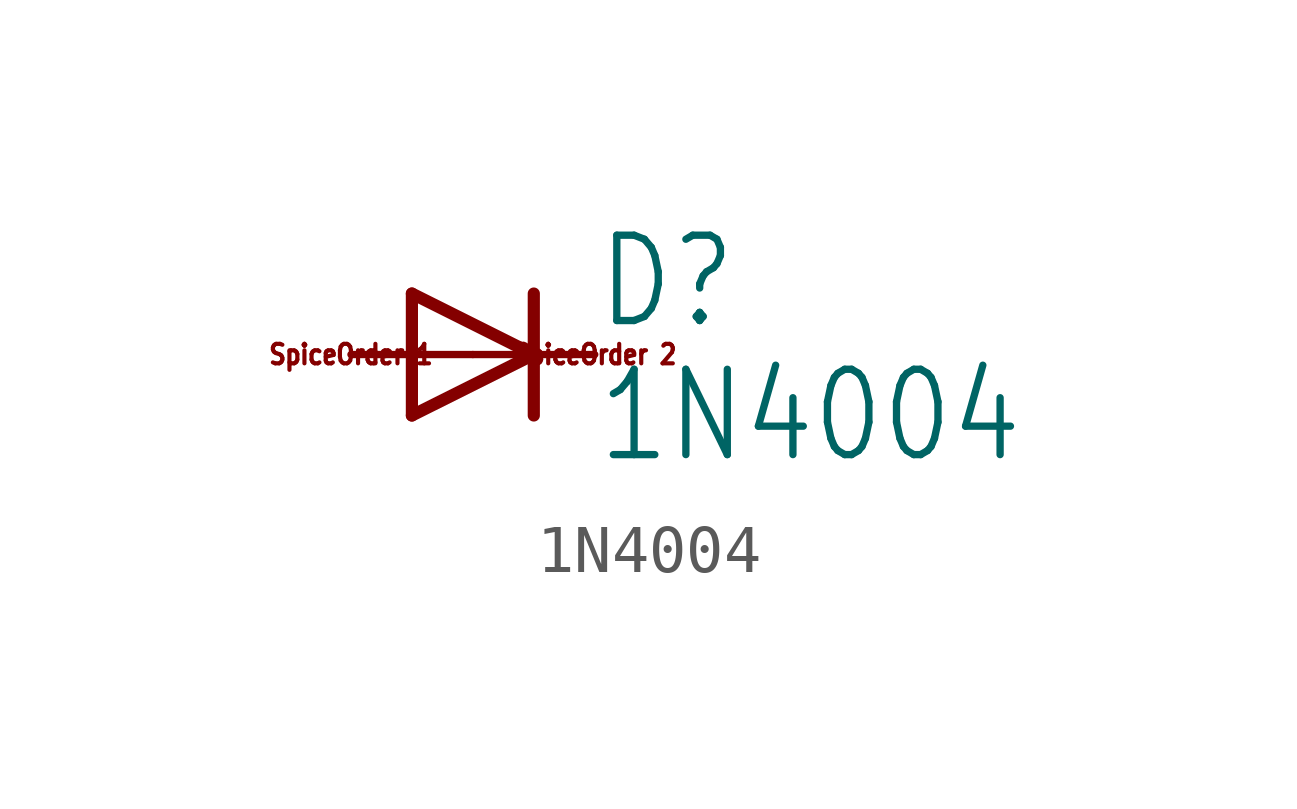
<source format=kicad_sym>
(kicad_symbol_lib
  (version 20211014)
  (generator kicad_symbol_editor)
  (symbol "1N4004"
    (property "Reference" "D"
      (at 2.54 0.483 0)
      (effects (font (size 1.778 1.511)) (justify left bottom)))
    (property "Value" "1N4004"
      (at 2.54 -2.311 0)
      (effects (font (size 1.778 1.511)) (justify left bottom)))
    (property "ki_locked" ""
      (at 0 0 0)
      (effects (font (size 1.27 1.27))))
    (symbol "1N4004_1_0"
      (polyline (pts (xy -1.27 -1.27) (xy 1.27 0)) (stroke (width 0.254) (type default) (color 0 0 0 0)) (fill (type none)))
      (polyline (pts (xy -1.27 1.27) (xy -1.27 -1.27)) (stroke (width 0.254) (type default) (color 0 0 0 0)) (fill (type none)))
      (polyline (pts (xy 1.27 0) (xy -1.27 1.27)) (stroke (width 0.254) (type default) (color 0 0 0 0)) (fill (type none)))
      (polyline (pts (xy 1.27 0) (xy 1.27 -1.27)) (stroke (width 0.254) (type default) (color 0 0 0 0)) (fill (type none)))
      (polyline (pts (xy 1.27 1.27) (xy 1.27 0)) (stroke (width 0.254) (type default) (color 0 0 0 0)) (fill (type none)))
      (text "SpiceOrder 1" (at -2.54 0 0) (effects (font (size 0.406 0.345))))
      (text "SpiceOrder 2" (at 2.54 0 0) (effects (font (size 0.406 0.345))))
      (pin passive line (at -2.54 0 0) (length 2.54) (name "A" (effects (font (size 0 0)))) (number "A" (effects (font (size 0 0)))))
      (pin passive line (at 2.54 0 180) (length 2.54) (name "C" (effects (font (size 0 0)))) (number "C" (effects (font (size 0 0))))))))
</source>
